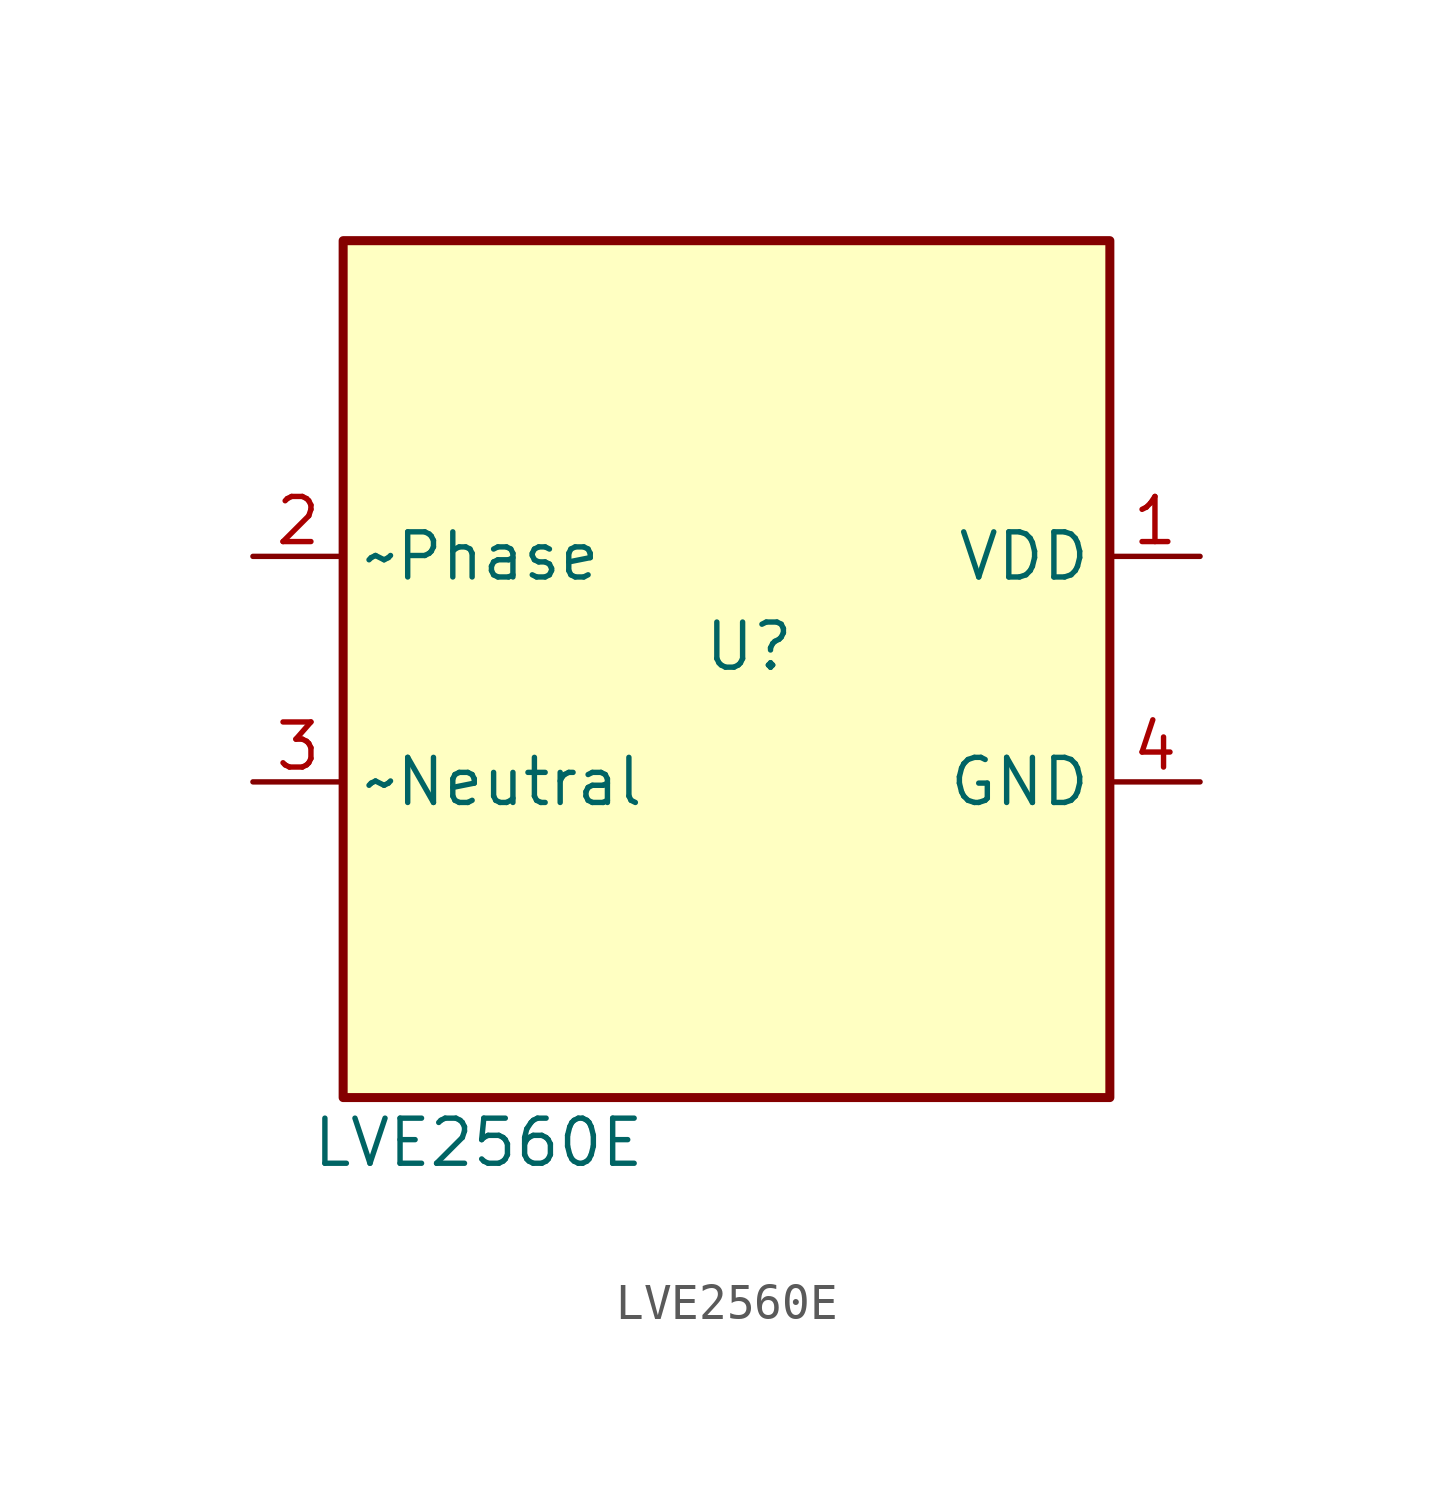
<source format=kicad_sym>
(kicad_symbol_lib
  (version 20220914)
  (generator kicad_symbol_editor)
  (symbol "LVE2560E"
    (property "Reference" "U"
      (at 11.43 12.7 0)
      (effects (font (size 1.27 1.27))))
    (property "Value" " LVE2560E"
      (at 3.81 -1.27 0)
      (effects (font (size 1.27 1.27))))
    (symbol "LVE2560E_0_1"
      (rectangle (start 0 24.13) (end 21.59 0) (stroke (width 0.254) (type default)) (fill (type background))))
    (symbol "LVE2560E_1_1"
      (pin power_out line (at 24.13 15.24 180) (length 2.54) (name "VDD" (effects (font (size 1.27 1.27)))) (number "1" (effects (font (size 1.27 1.27)))))
      (pin power_in line (at -2.54 15.24 0) (length 2.54) (name "~Phase" (effects (font (size 1.27 1.27)))) (number "2" (effects (font (size 1.27 1.27)))))
      (pin power_in line (at -2.54 8.89 0) (length 2.54) (name "~Neutral" (effects (font (size 1.27 1.27)))) (number "3" (effects (font (size 1.27 1.27)))))
      (pin power_out line (at 24.13 8.89 180) (length 2.54) (name "GND" (effects (font (size 1.27 1.27)))) (number "4" (effects (font (size 1.27 1.27))))))))
</source>
